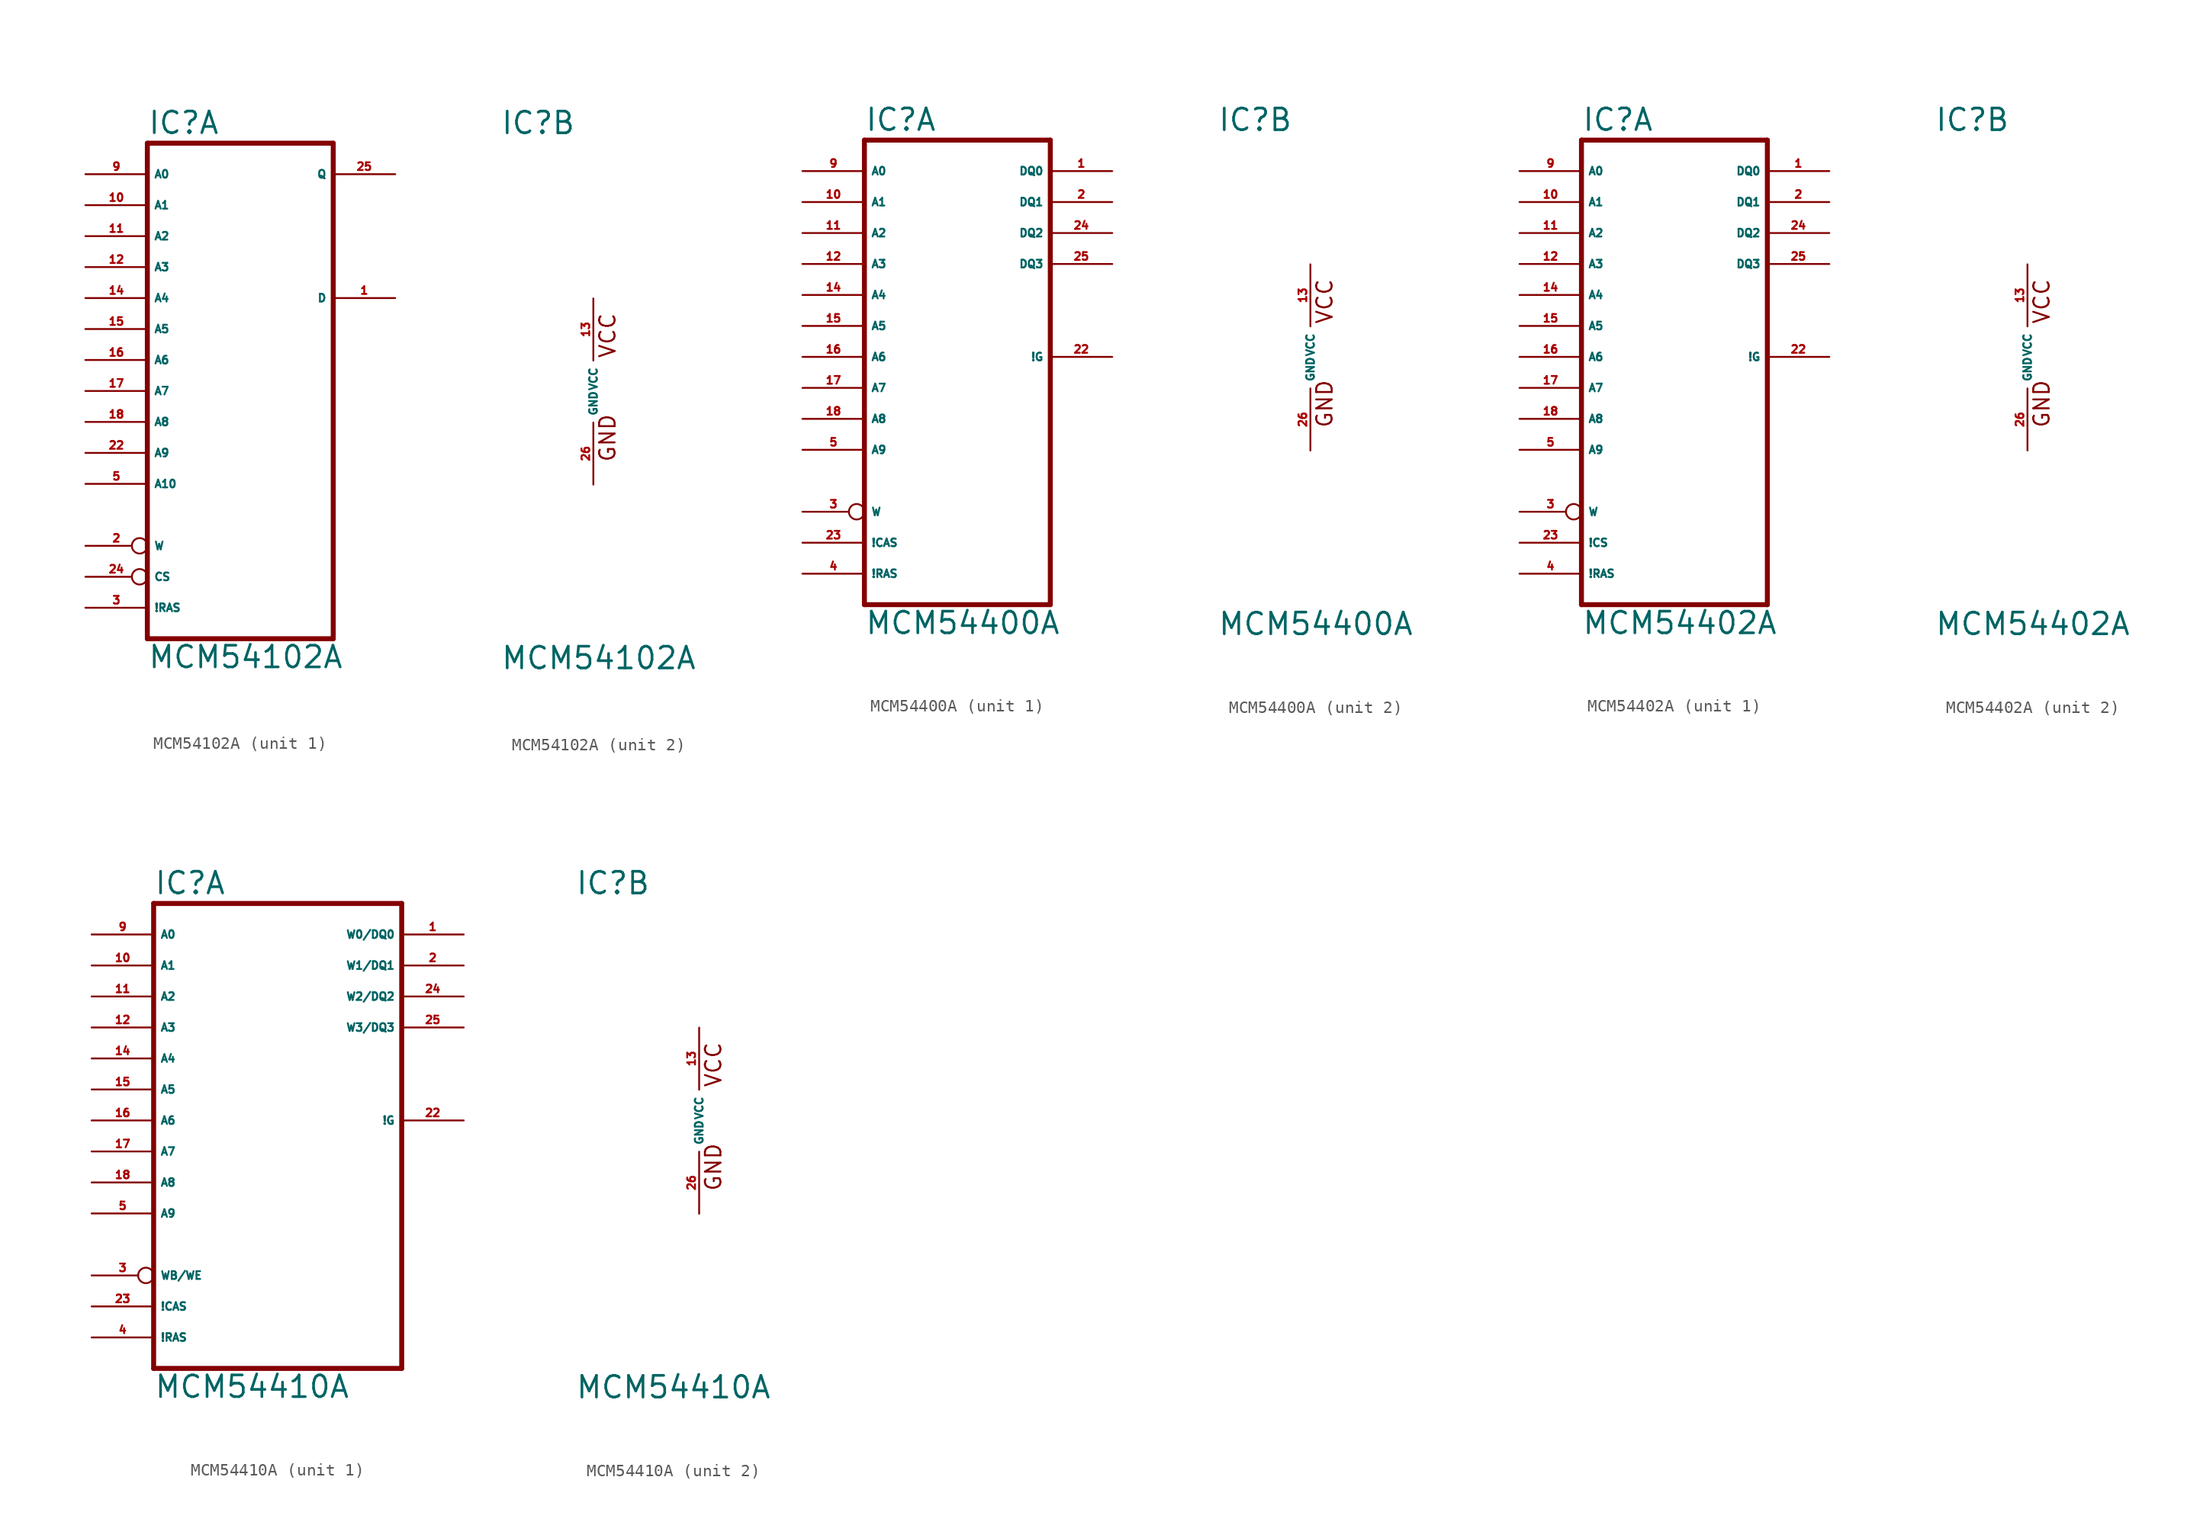
<source format=kicad_sym>
(kicad_symbol_lib
  (version 20220914)
  (generator Eagle2Kicad)
  (symbol "MCM54102A"
    (property "Reference" "IC"
      (at -7.62 20.955 0)
      (effects (font (size 1.778 1.778) (thickness 0.22)) (justify left bottom)))
    (property "Value" "MCM54102A"
      (at -7.62 -22.86 0)
      (effects (font (size 1.778 1.778) (thickness 0.22)) (justify left bottom)))
    (symbol "MCM54102A_1_0"
      (polyline (pts (xy -7.62 20.32) (xy -7.62 -20.32)) (stroke (width 0.406) (type default)) (fill (type none)))
      (polyline (pts (xy 7.62 -20.32) (xy -7.62 -20.32)) (stroke (width 0.406) (type default)) (fill (type none)))
      (polyline (pts (xy 7.62 -20.32) (xy 7.62 20.32)) (stroke (width 0.406) (type default)) (fill (type none)))
      (polyline (pts (xy -7.62 20.32) (xy 7.62 20.32)) (stroke (width 0.406) (type default)) (fill (type none)))
      (pin input line (at -12.7 17.78 0) (length 5.08) (name "A0" (effects (font (size 0.635 0.635) (thickness 0.08)) (justify left bottom))) (number "9" (effects (font (size 0.635 0.635) (thickness 0.08)) (justify left bottom))))
      (pin input line (at -12.7 15.24 0) (length 5.08) (name "A1" (effects (font (size 0.635 0.635) (thickness 0.08)) (justify left bottom))) (number "10" (effects (font (size 0.635 0.635) (thickness 0.08)) (justify left bottom))))
      (pin input line (at -12.7 12.7 0) (length 5.08) (name "A2" (effects (font (size 0.635 0.635) (thickness 0.08)) (justify left bottom))) (number "11" (effects (font (size 0.635 0.635) (thickness 0.08)) (justify left bottom))))
      (pin input line (at -12.7 10.16 0) (length 5.08) (name "A3" (effects (font (size 0.635 0.635) (thickness 0.08)) (justify left bottom))) (number "12" (effects (font (size 0.635 0.635) (thickness 0.08)) (justify left bottom))))
      (pin input line (at -12.7 7.62 0) (length 5.08) (name "A4" (effects (font (size 0.635 0.635) (thickness 0.08)) (justify left bottom))) (number "14" (effects (font (size 0.635 0.635) (thickness 0.08)) (justify left bottom))))
      (pin input line (at -12.7 5.08 0) (length 5.08) (name "A5" (effects (font (size 0.635 0.635) (thickness 0.08)) (justify left bottom))) (number "15" (effects (font (size 0.635 0.635) (thickness 0.08)) (justify left bottom))))
      (pin input line (at -12.7 2.54 0) (length 5.08) (name "A6" (effects (font (size 0.635 0.635) (thickness 0.08)) (justify left bottom))) (number "16" (effects (font (size 0.635 0.635) (thickness 0.08)) (justify left bottom))))
      (pin input line (at -12.7 0 0) (length 5.08) (name "A7" (effects (font (size 0.635 0.635) (thickness 0.08)) (justify left bottom))) (number "17" (effects (font (size 0.635 0.635) (thickness 0.08)) (justify left bottom))))
      (pin input line (at -12.7 -2.54 0) (length 5.08) (name "A8" (effects (font (size 0.635 0.635) (thickness 0.08)) (justify left bottom))) (number "18" (effects (font (size 0.635 0.635) (thickness 0.08)) (justify left bottom))))
      (pin input line (at -12.7 -5.08 0) (length 5.08) (name "A9" (effects (font (size 0.635 0.635) (thickness 0.08)) (justify left bottom))) (number "22" (effects (font (size 0.635 0.635) (thickness 0.08)) (justify left bottom))))
      (pin input line (at -12.7 -7.62 0) (length 5.08) (name "A10" (effects (font (size 0.635 0.635) (thickness 0.08)) (justify left bottom))) (number "5" (effects (font (size 0.635 0.635) (thickness 0.08)) (justify left bottom))))
      (pin input inverted (at -12.7 -12.7 0) (length 5.08) (name "W" (effects (font (size 0.635 0.635) (thickness 0.08)) (justify left bottom))) (number "2" (effects (font (size 0.635 0.635) (thickness 0.08)) (justify left bottom))))
      (pin input inverted (at -12.7 -15.24 0) (length 5.08) (name "CS" (effects (font (size 0.635 0.635) (thickness 0.08)) (justify left bottom))) (number "24" (effects (font (size 0.635 0.635) (thickness 0.08)) (justify left bottom))))
      (pin input line (at -12.7 -17.78 0) (length 5.08) (name "!RAS" (effects (font (size 0.635 0.635) (thickness 0.08)) (justify left bottom))) (number "3" (effects (font (size 0.635 0.635) (thickness 0.08)) (justify left bottom))))
      (pin input line (at 12.7 7.62 180) (length 5.08) (name "D" (effects (font (size 0.635 0.635) (thickness 0.08)) (justify left bottom))) (number "1" (effects (font (size 0.635 0.635) (thickness 0.08)) (justify left bottom))))
      (pin tri_state line (at 12.7 17.78 180) (length 5.08) (name "Q" (effects (font (size 0.635 0.635) (thickness 0.08)) (justify left bottom))) (number "25" (effects (font (size 0.635 0.635) (thickness 0.08)) (justify left bottom)))))
    (symbol "MCM54102A_2_0"
      (text "GND" (at 1.905 -5.842 900) (effects (font (size 1.27 1.27) (thickness 0.16)) (justify left bottom)))
      (text "VCC" (at 1.905 2.667 900) (effects (font (size 1.27 1.27) (thickness 0.16)) (justify left bottom)))
      (pin unspecified line (at 0 -7.62 90) (length 5.08) (name "GND" (effects (font (size 0.635 0.635) (thickness 0.08)) (justify left bottom))) (number "26" (effects (font (size 0.635 0.635) (thickness 0.08)) (justify left bottom))))
      (pin unspecified line (at 0 7.62 270) (length 5.08) (name "VCC" (effects (font (size 0.635 0.635) (thickness 0.08)) (justify left bottom))) (number "13" (effects (font (size 0.635 0.635) (thickness 0.08)) (justify left bottom))))))
  (symbol "MCM54400A"
    (property "Reference" "IC"
      (at -7.62 18.415 0)
      (effects (font (size 1.778 1.778) (thickness 0.22)) (justify left bottom)))
    (property "Value" "MCM54400A"
      (at -7.62 -22.86 0)
      (effects (font (size 1.778 1.778) (thickness 0.22)) (justify left bottom)))
    (symbol "MCM54400A_1_0"
      (polyline (pts (xy -7.62 17.78) (xy -7.62 -20.32)) (stroke (width 0.406) (type default)) (fill (type none)))
      (polyline (pts (xy 7.62 -20.32) (xy -7.62 -20.32)) (stroke (width 0.406) (type default)) (fill (type none)))
      (polyline (pts (xy 7.62 -20.32) (xy 7.62 17.78)) (stroke (width 0.406) (type default)) (fill (type none)))
      (polyline (pts (xy -7.62 17.78) (xy 7.62 17.78)) (stroke (width 0.406) (type default)) (fill (type none)))
      (pin input line (at -12.7 15.24 0) (length 5.08) (name "A0" (effects (font (size 0.635 0.635) (thickness 0.08)) (justify left bottom))) (number "9" (effects (font (size 0.635 0.635) (thickness 0.08)) (justify left bottom))))
      (pin input line (at -12.7 12.7 0) (length 5.08) (name "A1" (effects (font (size 0.635 0.635) (thickness 0.08)) (justify left bottom))) (number "10" (effects (font (size 0.635 0.635) (thickness 0.08)) (justify left bottom))))
      (pin input line (at -12.7 10.16 0) (length 5.08) (name "A2" (effects (font (size 0.635 0.635) (thickness 0.08)) (justify left bottom))) (number "11" (effects (font (size 0.635 0.635) (thickness 0.08)) (justify left bottom))))
      (pin input line (at -12.7 7.62 0) (length 5.08) (name "A3" (effects (font (size 0.635 0.635) (thickness 0.08)) (justify left bottom))) (number "12" (effects (font (size 0.635 0.635) (thickness 0.08)) (justify left bottom))))
      (pin input line (at -12.7 5.08 0) (length 5.08) (name "A4" (effects (font (size 0.635 0.635) (thickness 0.08)) (justify left bottom))) (number "14" (effects (font (size 0.635 0.635) (thickness 0.08)) (justify left bottom))))
      (pin input line (at -12.7 2.54 0) (length 5.08) (name "A5" (effects (font (size 0.635 0.635) (thickness 0.08)) (justify left bottom))) (number "15" (effects (font (size 0.635 0.635) (thickness 0.08)) (justify left bottom))))
      (pin input line (at -12.7 0 0) (length 5.08) (name "A6" (effects (font (size 0.635 0.635) (thickness 0.08)) (justify left bottom))) (number "16" (effects (font (size 0.635 0.635) (thickness 0.08)) (justify left bottom))))
      (pin input line (at -12.7 -2.54 0) (length 5.08) (name "A7" (effects (font (size 0.635 0.635) (thickness 0.08)) (justify left bottom))) (number "17" (effects (font (size 0.635 0.635) (thickness 0.08)) (justify left bottom))))
      (pin input line (at -12.7 -5.08 0) (length 5.08) (name "A8" (effects (font (size 0.635 0.635) (thickness 0.08)) (justify left bottom))) (number "18" (effects (font (size 0.635 0.635) (thickness 0.08)) (justify left bottom))))
      (pin input line (at -12.7 -7.62 0) (length 5.08) (name "A9" (effects (font (size 0.635 0.635) (thickness 0.08)) (justify left bottom))) (number "5" (effects (font (size 0.635 0.635) (thickness 0.08)) (justify left bottom))))
      (pin bidirectional line (at 12.7 12.7 180) (length 5.08) (name "DQ1" (effects (font (size 0.635 0.635) (thickness 0.08)) (justify left bottom))) (number "2" (effects (font (size 0.635 0.635) (thickness 0.08)) (justify left bottom))))
      (pin input inverted (at -12.7 -12.7 0) (length 5.08) (name "W" (effects (font (size 0.635 0.635) (thickness 0.08)) (justify left bottom))) (number "3" (effects (font (size 0.635 0.635) (thickness 0.08)) (justify left bottom))))
      (pin input line (at -12.7 -15.24 0) (length 5.08) (name "!CAS" (effects (font (size 0.635 0.635) (thickness 0.08)) (justify left bottom))) (number "23" (effects (font (size 0.635 0.635) (thickness 0.08)) (justify left bottom))))
      (pin input line (at -12.7 -17.78 0) (length 5.08) (name "!RAS" (effects (font (size 0.635 0.635) (thickness 0.08)) (justify left bottom))) (number "4" (effects (font (size 0.635 0.635) (thickness 0.08)) (justify left bottom))))
      (pin bidirectional line (at 12.7 15.24 180) (length 5.08) (name "DQ0" (effects (font (size 0.635 0.635) (thickness 0.08)) (justify left bottom))) (number "1" (effects (font (size 0.635 0.635) (thickness 0.08)) (justify left bottom))))
      (pin input line (at 12.7 0 180) (length 5.08) (name "!G" (effects (font (size 0.635 0.635) (thickness 0.08)) (justify left bottom))) (number "22" (effects (font (size 0.635 0.635) (thickness 0.08)) (justify left bottom))))
      (pin bidirectional line (at 12.7 10.16 180) (length 5.08) (name "DQ2" (effects (font (size 0.635 0.635) (thickness 0.08)) (justify left bottom))) (number "24" (effects (font (size 0.635 0.635) (thickness 0.08)) (justify left bottom))))
      (pin bidirectional line (at 12.7 7.62 180) (length 5.08) (name "DQ3" (effects (font (size 0.635 0.635) (thickness 0.08)) (justify left bottom))) (number "25" (effects (font (size 0.635 0.635) (thickness 0.08)) (justify left bottom)))))
    (symbol "MCM54400A_2_0"
      (text "GND" (at 1.905 -5.842 900) (effects (font (size 1.27 1.27) (thickness 0.16)) (justify left bottom)))
      (text "VCC" (at 1.905 2.667 900) (effects (font (size 1.27 1.27) (thickness 0.16)) (justify left bottom)))
      (pin unspecified line (at 0 -7.62 90) (length 5.08) (name "GND" (effects (font (size 0.635 0.635) (thickness 0.08)) (justify left bottom))) (number "26" (effects (font (size 0.635 0.635) (thickness 0.08)) (justify left bottom))))
      (pin unspecified line (at 0 7.62 270) (length 5.08) (name "VCC" (effects (font (size 0.635 0.635) (thickness 0.08)) (justify left bottom))) (number "13" (effects (font (size 0.635 0.635) (thickness 0.08)) (justify left bottom))))))
  (symbol "MCM54402A"
    (property "Reference" "IC"
      (at -7.62 18.415 0)
      (effects (font (size 1.778 1.778) (thickness 0.22)) (justify left bottom)))
    (property "Value" "MCM54402A"
      (at -7.62 -22.86 0)
      (effects (font (size 1.778 1.778) (thickness 0.22)) (justify left bottom)))
    (symbol "MCM54402A_1_0"
      (polyline (pts (xy -7.62 17.78) (xy -7.62 -20.32)) (stroke (width 0.406) (type default)) (fill (type none)))
      (polyline (pts (xy 7.62 -20.32) (xy -7.62 -20.32)) (stroke (width 0.406) (type default)) (fill (type none)))
      (polyline (pts (xy 7.62 -20.32) (xy 7.62 17.78)) (stroke (width 0.406) (type default)) (fill (type none)))
      (polyline (pts (xy -7.62 17.78) (xy 7.62 17.78)) (stroke (width 0.406) (type default)) (fill (type none)))
      (pin input line (at -12.7 15.24 0) (length 5.08) (name "A0" (effects (font (size 0.635 0.635) (thickness 0.08)) (justify left bottom))) (number "9" (effects (font (size 0.635 0.635) (thickness 0.08)) (justify left bottom))))
      (pin input line (at -12.7 12.7 0) (length 5.08) (name "A1" (effects (font (size 0.635 0.635) (thickness 0.08)) (justify left bottom))) (number "10" (effects (font (size 0.635 0.635) (thickness 0.08)) (justify left bottom))))
      (pin input line (at -12.7 10.16 0) (length 5.08) (name "A2" (effects (font (size 0.635 0.635) (thickness 0.08)) (justify left bottom))) (number "11" (effects (font (size 0.635 0.635) (thickness 0.08)) (justify left bottom))))
      (pin input line (at -12.7 7.62 0) (length 5.08) (name "A3" (effects (font (size 0.635 0.635) (thickness 0.08)) (justify left bottom))) (number "12" (effects (font (size 0.635 0.635) (thickness 0.08)) (justify left bottom))))
      (pin input line (at -12.7 5.08 0) (length 5.08) (name "A4" (effects (font (size 0.635 0.635) (thickness 0.08)) (justify left bottom))) (number "14" (effects (font (size 0.635 0.635) (thickness 0.08)) (justify left bottom))))
      (pin input line (at -12.7 2.54 0) (length 5.08) (name "A5" (effects (font (size 0.635 0.635) (thickness 0.08)) (justify left bottom))) (number "15" (effects (font (size 0.635 0.635) (thickness 0.08)) (justify left bottom))))
      (pin input line (at -12.7 0 0) (length 5.08) (name "A6" (effects (font (size 0.635 0.635) (thickness 0.08)) (justify left bottom))) (number "16" (effects (font (size 0.635 0.635) (thickness 0.08)) (justify left bottom))))
      (pin input line (at -12.7 -2.54 0) (length 5.08) (name "A7" (effects (font (size 0.635 0.635) (thickness 0.08)) (justify left bottom))) (number "17" (effects (font (size 0.635 0.635) (thickness 0.08)) (justify left bottom))))
      (pin input line (at -12.7 -5.08 0) (length 5.08) (name "A8" (effects (font (size 0.635 0.635) (thickness 0.08)) (justify left bottom))) (number "18" (effects (font (size 0.635 0.635) (thickness 0.08)) (justify left bottom))))
      (pin input line (at -12.7 -7.62 0) (length 5.08) (name "A9" (effects (font (size 0.635 0.635) (thickness 0.08)) (justify left bottom))) (number "5" (effects (font (size 0.635 0.635) (thickness 0.08)) (justify left bottom))))
      (pin bidirectional line (at 12.7 12.7 180) (length 5.08) (name "DQ1" (effects (font (size 0.635 0.635) (thickness 0.08)) (justify left bottom))) (number "2" (effects (font (size 0.635 0.635) (thickness 0.08)) (justify left bottom))))
      (pin input inverted (at -12.7 -12.7 0) (length 5.08) (name "W" (effects (font (size 0.635 0.635) (thickness 0.08)) (justify left bottom))) (number "3" (effects (font (size 0.635 0.635) (thickness 0.08)) (justify left bottom))))
      (pin input line (at -12.7 -15.24 0) (length 5.08) (name "!CS" (effects (font (size 0.635 0.635) (thickness 0.08)) (justify left bottom))) (number "23" (effects (font (size 0.635 0.635) (thickness 0.08)) (justify left bottom))))
      (pin input line (at -12.7 -17.78 0) (length 5.08) (name "!RAS" (effects (font (size 0.635 0.635) (thickness 0.08)) (justify left bottom))) (number "4" (effects (font (size 0.635 0.635) (thickness 0.08)) (justify left bottom))))
      (pin bidirectional line (at 12.7 15.24 180) (length 5.08) (name "DQ0" (effects (font (size 0.635 0.635) (thickness 0.08)) (justify left bottom))) (number "1" (effects (font (size 0.635 0.635) (thickness 0.08)) (justify left bottom))))
      (pin input line (at 12.7 0 180) (length 5.08) (name "!G" (effects (font (size 0.635 0.635) (thickness 0.08)) (justify left bottom))) (number "22" (effects (font (size 0.635 0.635) (thickness 0.08)) (justify left bottom))))
      (pin bidirectional line (at 12.7 10.16 180) (length 5.08) (name "DQ2" (effects (font (size 0.635 0.635) (thickness 0.08)) (justify left bottom))) (number "24" (effects (font (size 0.635 0.635) (thickness 0.08)) (justify left bottom))))
      (pin bidirectional line (at 12.7 7.62 180) (length 5.08) (name "DQ3" (effects (font (size 0.635 0.635) (thickness 0.08)) (justify left bottom))) (number "25" (effects (font (size 0.635 0.635) (thickness 0.08)) (justify left bottom)))))
    (symbol "MCM54402A_2_0"
      (text "GND" (at 1.905 -5.842 900) (effects (font (size 1.27 1.27) (thickness 0.16)) (justify left bottom)))
      (text "VCC" (at 1.905 2.667 900) (effects (font (size 1.27 1.27) (thickness 0.16)) (justify left bottom)))
      (pin unspecified line (at 0 -7.62 90) (length 5.08) (name "GND" (effects (font (size 0.635 0.635) (thickness 0.08)) (justify left bottom))) (number "26" (effects (font (size 0.635 0.635) (thickness 0.08)) (justify left bottom))))
      (pin unspecified line (at 0 7.62 270) (length 5.08) (name "VCC" (effects (font (size 0.635 0.635) (thickness 0.08)) (justify left bottom))) (number "13" (effects (font (size 0.635 0.635) (thickness 0.08)) (justify left bottom))))))
  (symbol "MCM54410A"
    (property "Reference" "IC"
      (at -10.16 18.415 0)
      (effects (font (size 1.778 1.778) (thickness 0.22)) (justify left bottom)))
    (property "Value" "MCM54410A"
      (at -10.16 -22.86 0)
      (effects (font (size 1.778 1.778) (thickness 0.22)) (justify left bottom)))
    (symbol "MCM54410A_1_0"
      (polyline (pts (xy -10.16 17.78) (xy -10.16 -20.32)) (stroke (width 0.406) (type default)) (fill (type none)))
      (polyline (pts (xy 10.16 -20.32) (xy -10.16 -20.32)) (stroke (width 0.406) (type default)) (fill (type none)))
      (polyline (pts (xy 10.16 -20.32) (xy 10.16 17.78)) (stroke (width 0.406) (type default)) (fill (type none)))
      (polyline (pts (xy -10.16 17.78) (xy 10.16 17.78)) (stroke (width 0.406) (type default)) (fill (type none)))
      (pin input line (at -15.24 15.24 0) (length 5.08) (name "A0" (effects (font (size 0.635 0.635) (thickness 0.08)) (justify left bottom))) (number "9" (effects (font (size 0.635 0.635) (thickness 0.08)) (justify left bottom))))
      (pin input line (at -15.24 12.7 0) (length 5.08) (name "A1" (effects (font (size 0.635 0.635) (thickness 0.08)) (justify left bottom))) (number "10" (effects (font (size 0.635 0.635) (thickness 0.08)) (justify left bottom))))
      (pin input line (at -15.24 10.16 0) (length 5.08) (name "A2" (effects (font (size 0.635 0.635) (thickness 0.08)) (justify left bottom))) (number "11" (effects (font (size 0.635 0.635) (thickness 0.08)) (justify left bottom))))
      (pin input line (at -15.24 7.62 0) (length 5.08) (name "A3" (effects (font (size 0.635 0.635) (thickness 0.08)) (justify left bottom))) (number "12" (effects (font (size 0.635 0.635) (thickness 0.08)) (justify left bottom))))
      (pin input line (at -15.24 5.08 0) (length 5.08) (name "A4" (effects (font (size 0.635 0.635) (thickness 0.08)) (justify left bottom))) (number "14" (effects (font (size 0.635 0.635) (thickness 0.08)) (justify left bottom))))
      (pin input line (at -15.24 2.54 0) (length 5.08) (name "A5" (effects (font (size 0.635 0.635) (thickness 0.08)) (justify left bottom))) (number "15" (effects (font (size 0.635 0.635) (thickness 0.08)) (justify left bottom))))
      (pin input line (at -15.24 0 0) (length 5.08) (name "A6" (effects (font (size 0.635 0.635) (thickness 0.08)) (justify left bottom))) (number "16" (effects (font (size 0.635 0.635) (thickness 0.08)) (justify left bottom))))
      (pin input line (at -15.24 -2.54 0) (length 5.08) (name "A7" (effects (font (size 0.635 0.635) (thickness 0.08)) (justify left bottom))) (number "17" (effects (font (size 0.635 0.635) (thickness 0.08)) (justify left bottom))))
      (pin input line (at -15.24 -5.08 0) (length 5.08) (name "A8" (effects (font (size 0.635 0.635) (thickness 0.08)) (justify left bottom))) (number "18" (effects (font (size 0.635 0.635) (thickness 0.08)) (justify left bottom))))
      (pin input line (at -15.24 -7.62 0) (length 5.08) (name "A9" (effects (font (size 0.635 0.635) (thickness 0.08)) (justify left bottom))) (number "5" (effects (font (size 0.635 0.635) (thickness 0.08)) (justify left bottom))))
      (pin bidirectional line (at 15.24 12.7 180) (length 5.08) (name "W1/DQ1" (effects (font (size 0.635 0.635) (thickness 0.08)) (justify left bottom))) (number "2" (effects (font (size 0.635 0.635) (thickness 0.08)) (justify left bottom))))
      (pin input inverted (at -15.24 -12.7 0) (length 5.08) (name "WB/WE" (effects (font (size 0.635 0.635) (thickness 0.08)) (justify left bottom))) (number "3" (effects (font (size 0.635 0.635) (thickness 0.08)) (justify left bottom))))
      (pin input line (at -15.24 -15.24 0) (length 5.08) (name "!CAS" (effects (font (size 0.635 0.635) (thickness 0.08)) (justify left bottom))) (number "23" (effects (font (size 0.635 0.635) (thickness 0.08)) (justify left bottom))))
      (pin input line (at -15.24 -17.78 0) (length 5.08) (name "!RAS" (effects (font (size 0.635 0.635) (thickness 0.08)) (justify left bottom))) (number "4" (effects (font (size 0.635 0.635) (thickness 0.08)) (justify left bottom))))
      (pin bidirectional line (at 15.24 15.24 180) (length 5.08) (name "W0/DQ0" (effects (font (size 0.635 0.635) (thickness 0.08)) (justify left bottom))) (number "1" (effects (font (size 0.635 0.635) (thickness 0.08)) (justify left bottom))))
      (pin input line (at 15.24 0 180) (length 5.08) (name "!G" (effects (font (size 0.635 0.635) (thickness 0.08)) (justify left bottom))) (number "22" (effects (font (size 0.635 0.635) (thickness 0.08)) (justify left bottom))))
      (pin bidirectional line (at 15.24 10.16 180) (length 5.08) (name "W2/DQ2" (effects (font (size 0.635 0.635) (thickness 0.08)) (justify left bottom))) (number "24" (effects (font (size 0.635 0.635) (thickness 0.08)) (justify left bottom))))
      (pin bidirectional line (at 15.24 7.62 180) (length 5.08) (name "W3/DQ3" (effects (font (size 0.635 0.635) (thickness 0.08)) (justify left bottom))) (number "25" (effects (font (size 0.635 0.635) (thickness 0.08)) (justify left bottom)))))
    (symbol "MCM54410A_2_0"
      (text "GND" (at 1.905 -5.842 900) (effects (font (size 1.27 1.27) (thickness 0.16)) (justify left bottom)))
      (text "VCC" (at 1.905 2.667 900) (effects (font (size 1.27 1.27) (thickness 0.16)) (justify left bottom)))
      (pin unspecified line (at 0 -7.62 90) (length 5.08) (name "GND" (effects (font (size 0.635 0.635) (thickness 0.08)) (justify left bottom))) (number "26" (effects (font (size 0.635 0.635) (thickness 0.08)) (justify left bottom))))
      (pin unspecified line (at 0 7.62 270) (length 5.08) (name "VCC" (effects (font (size 0.635 0.635) (thickness 0.08)) (justify left bottom))) (number "13" (effects (font (size 0.635 0.635) (thickness 0.08)) (justify left bottom)))))))
</source>
